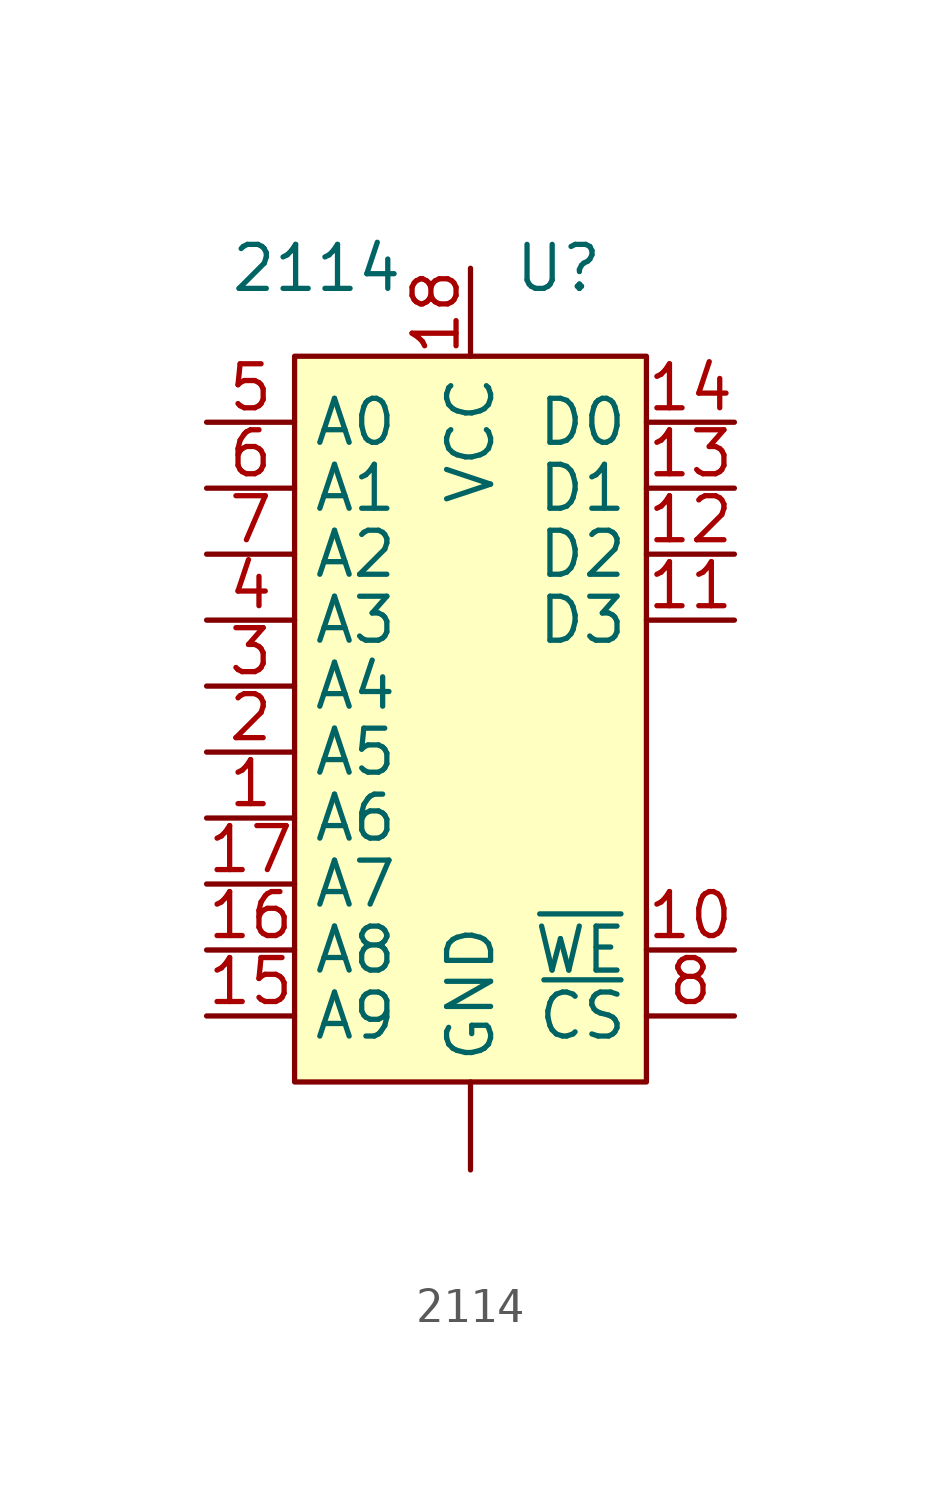
<source format=kicad_sym>
(kicad_symbol_lib
  (version 20211014)
  (generator kicad_symbol_editor)
  (symbol "2114"
    (property "Reference" "U"
      (at 2.54 12.065 0)
      (effects (font (size 1.27 1.27))))
    (property "Value" "2114"
      (at -4.445 12.065 0)
      (effects (font (size 1.27 1.27))))
    (symbol "2114_0_1"
      (rectangle (start -5.08 9.525) (end 5.08 -11.43) (stroke (width 0) (type default) (color 0 0 0 0)) (fill (type background))))
    (symbol "2114_1_1"
      (pin power_in line (at 0 -13.97 90) (length 2.54) (name "GND" (effects (font (size 1.27 1.27)))) (number "" (effects (font (size 1.27 1.27)))))
      (pin input line (at -7.62 -3.81 0) (length 2.54) (name "A6" (effects (font (size 1.27 1.27)))) (number "1" (effects (font (size 1.27 1.27)))))
      (pin input line (at 7.62 -7.62 180) (length 2.54) (name "~{WE}" (effects (font (size 1.27 1.27)))) (number "10" (effects (font (size 1.27 1.27)))))
      (pin bidirectional line (at 7.62 1.905 180) (length 2.54) (name "D3" (effects (font (size 1.27 1.27)))) (number "11" (effects (font (size 1.27 1.27)))))
      (pin bidirectional line (at 7.62 3.81 180) (length 2.54) (name "D2" (effects (font (size 1.27 1.27)))) (number "12" (effects (font (size 1.27 1.27)))))
      (pin bidirectional line (at 7.62 5.715 180) (length 2.54) (name "D1" (effects (font (size 1.27 1.27)))) (number "13" (effects (font (size 1.27 1.27)))))
      (pin bidirectional line (at 7.62 7.62 180) (length 2.54) (name "D0" (effects (font (size 1.27 1.27)))) (number "14" (effects (font (size 1.27 1.27)))))
      (pin input line (at -7.62 -9.525 0) (length 2.54) (name "A9" (effects (font (size 1.27 1.27)))) (number "15" (effects (font (size 1.27 1.27)))))
      (pin input line (at -7.62 -7.62 0) (length 2.54) (name "A8" (effects (font (size 1.27 1.27)))) (number "16" (effects (font (size 1.27 1.27)))))
      (pin input line (at -7.62 -5.715 0) (length 2.54) (name "A7" (effects (font (size 1.27 1.27)))) (number "17" (effects (font (size 1.27 1.27)))))
      (pin power_in line (at 0 12.065 270) (length 2.54) (name "VCC" (effects (font (size 1.27 1.27)))) (number "18" (effects (font (size 1.27 1.27)))))
      (pin input line (at -7.62 -1.905 0) (length 2.54) (name "A5" (effects (font (size 1.27 1.27)))) (number "2" (effects (font (size 1.27 1.27)))))
      (pin input line (at -7.62 0 0) (length 2.54) (name "A4" (effects (font (size 1.27 1.27)))) (number "3" (effects (font (size 1.27 1.27)))))
      (pin input line (at -7.62 1.905 0) (length 2.54) (name "A3" (effects (font (size 1.27 1.27)))) (number "4" (effects (font (size 1.27 1.27)))))
      (pin input line (at -7.62 7.62 0) (length 2.54) (name "A0" (effects (font (size 1.27 1.27)))) (number "5" (effects (font (size 1.27 1.27)))))
      (pin input line (at -7.62 5.715 0) (length 2.54) (name "A1" (effects (font (size 1.27 1.27)))) (number "6" (effects (font (size 1.27 1.27)))))
      (pin input line (at -7.62 3.81 0) (length 2.54) (name "A2" (effects (font (size 1.27 1.27)))) (number "7" (effects (font (size 1.27 1.27)))))
      (pin input line (at 7.62 -9.525 180) (length 2.54) (name "~{CS}" (effects (font (size 1.27 1.27)))) (number "8" (effects (font (size 1.27 1.27))))))))
</source>
